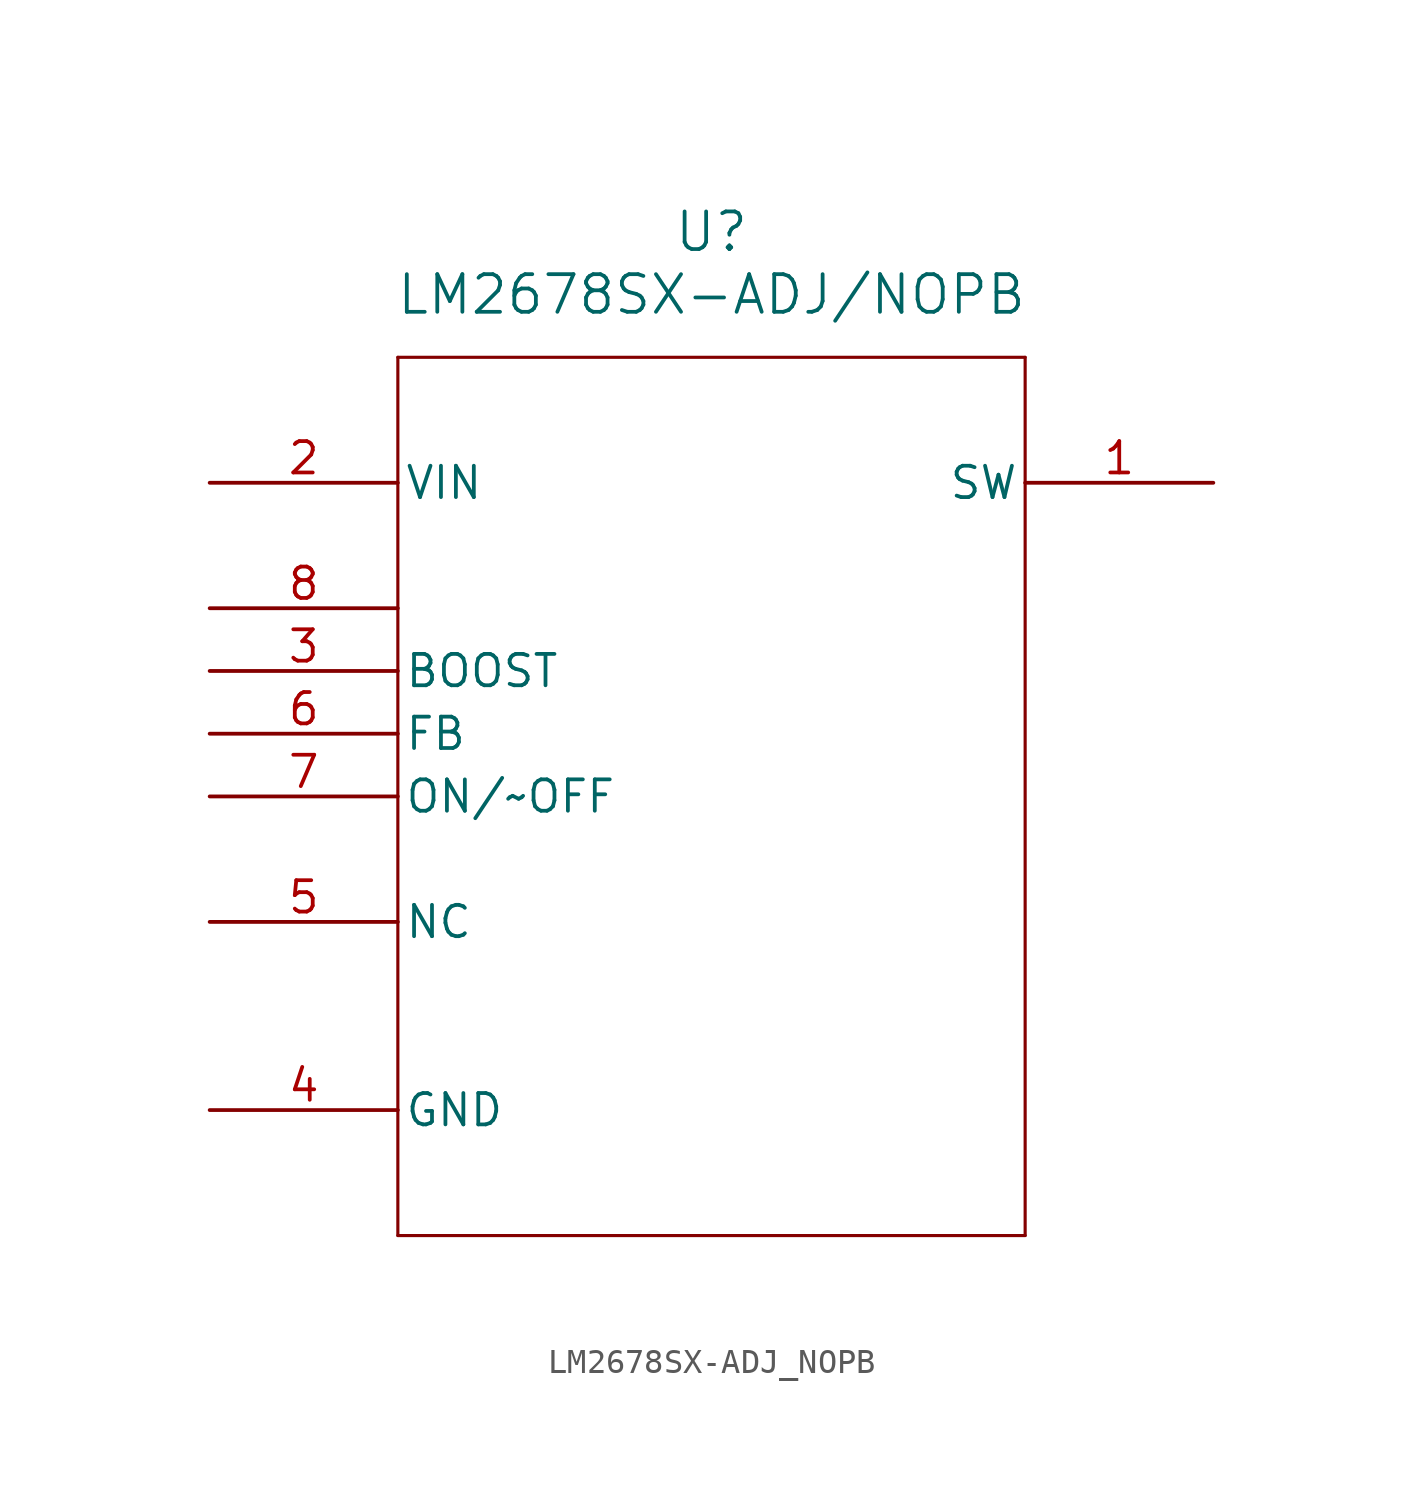
<source format=kicad_sym>
(kicad_symbol_lib
  (version 20211014)
  (generator kicad_symbol_editor)
  (symbol "LM2678SX-ADJ_NOPB"
    (pin_names
      (offset 0.254))
    (property "Reference" "U"
      (at 20.32 10.16 0)
      (effects (font (size 1.524 1.524))))
    (property "Value" "LM2678SX-ADJ/NOPB"
      (at 20.32 7.62 0)
      (effects (font (size 1.524 1.524))))
    (symbol "LM2678SX-ADJ_NOPB_0_1"
      (polyline (pts (xy 7.62 5.08) (xy 7.62 -30.48)) (stroke (width 0.127) (type default) (color 0 0 0 0)) (fill (type none)))
      (polyline (pts (xy 7.62 -30.48) (xy 33.02 -30.48)) (stroke (width 0.127) (type default) (color 0 0 0 0)) (fill (type none)))
      (polyline (pts (xy 33.02 -30.48) (xy 33.02 5.08)) (stroke (width 0.127) (type default) (color 0 0 0 0)) (fill (type none)))
      (polyline (pts (xy 33.02 5.08) (xy 7.62 5.08)) (stroke (width 0.127) (type default) (color 0 0 0 0)) (fill (type none)))
      (pin output line (at 40.64 0 180) (length 7.62) (name "SW" (effects (font (size 1.27 1.27)))) (number "1" (effects (font (size 1.27 1.27)))))
      (pin input line (at 0 0 0) (length 7.62) (name "VIN" (effects (font (size 1.27 1.27)))) (number "2" (effects (font (size 1.27 1.27)))))
      (pin passive line (at 0 -7.62 0) (length 7.62) (name "BOOST" (effects (font (size 1.27 1.27)))) (number "3" (effects (font (size 1.27 1.27)))))
      (pin passive line (at 0 -25.4 0) (length 7.62) (name "GND" (effects (font (size 1.27 1.27)))) (number "4" (effects (font (size 1.27 1.27)))))
      (pin passive line (at 0 -17.78 0) (length 7.62) (name "NC" (effects (font (size 1.27 1.27)))) (number "5" (effects (font (size 1.27 1.27)))))
      (pin passive line (at 0 -10.16 0) (length 7.62) (name "FB" (effects (font (size 1.27 1.27)))) (number "6" (effects (font (size 1.27 1.27)))))
      (pin passive line (at 0 -12.7 0) (length 7.62) (name "ON/~OFF" (effects (font (size 1.27 1.27)))) (number "7" (effects (font (size 1.27 1.27)))))
      (pin unspecified line (at 0 -5.08 0) (length 7.62) (name "" (effects (font (size 1.27 1.27)))) (number "8" (effects (font (size 1.27 1.27))))))))
</source>
